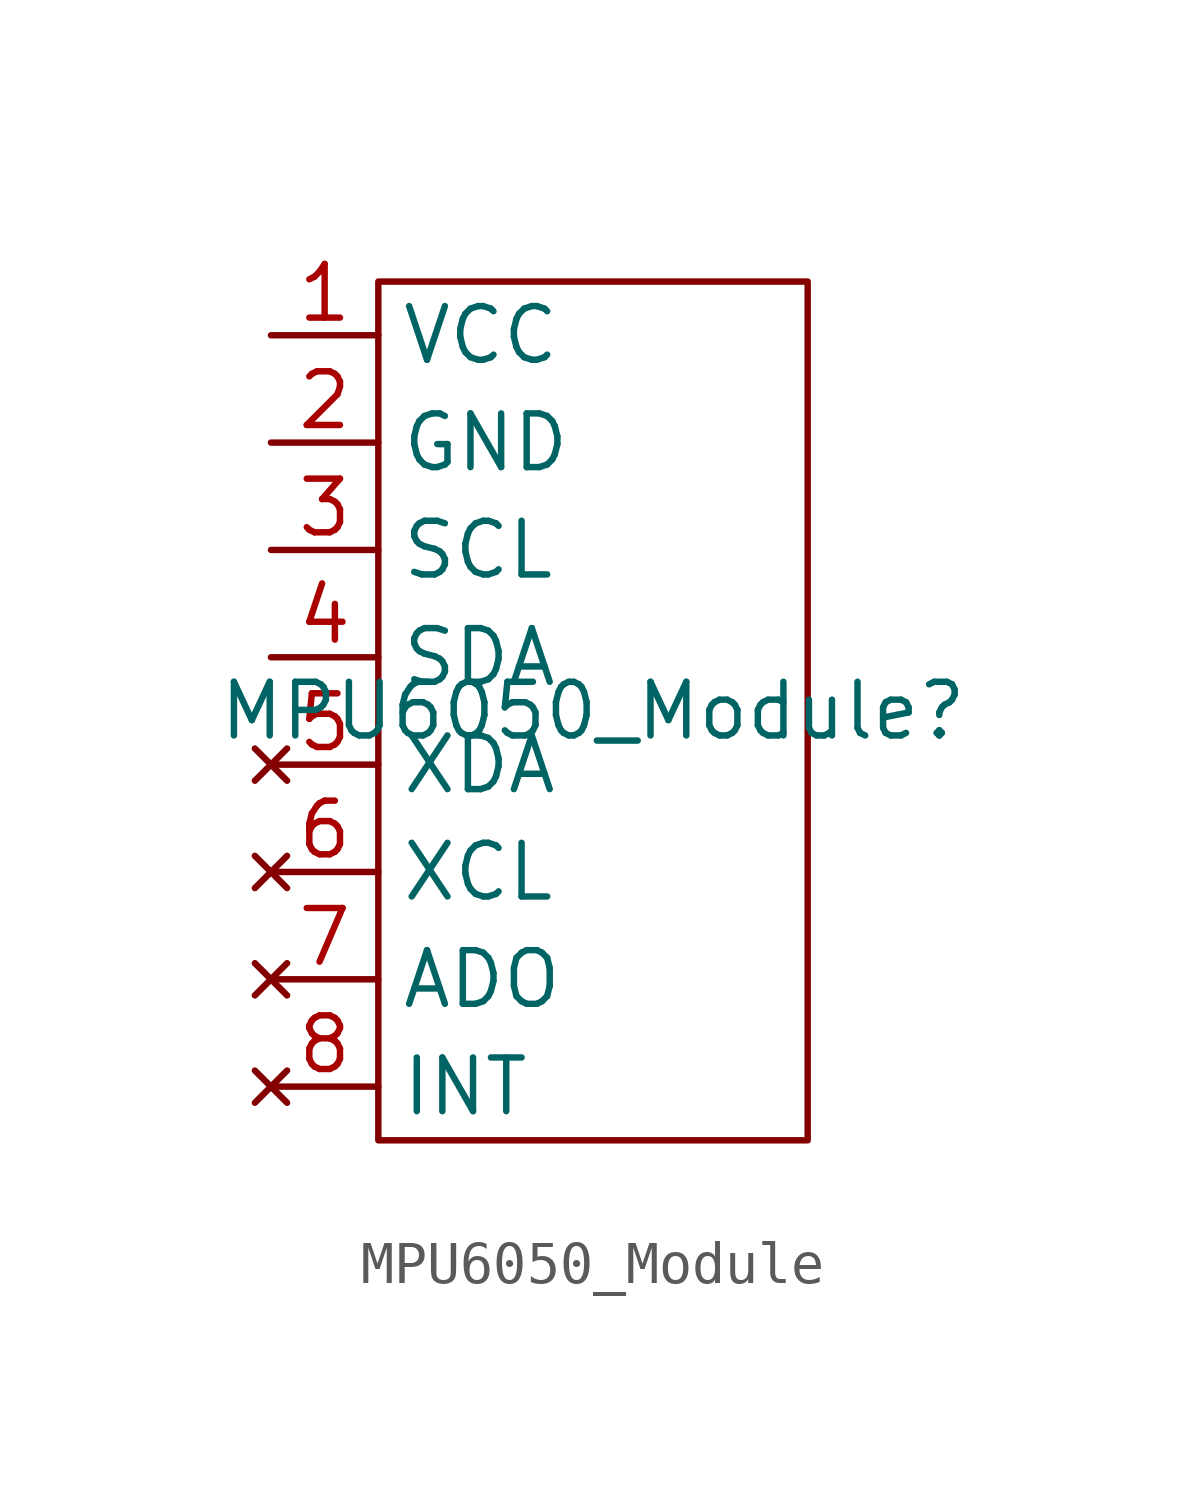
<source format=kicad_sym>
(kicad_symbol_lib
  (version 20231120)
  (generator "kicad_symbol_editor")
  (generator_version "8.0")
  (symbol "MPU6050_Module"
    (property "Reference" "MPU6050_Module"
      (at 0 0 0)
      (effects (font (size 1.27 1.27))))
    (property "Value" ""
      (at 0 3.81 0)
      (effects (font (size 1.27 1.27))))
    (symbol "MPU6050_Module_0_1"
      (rectangle (start -5.08 10.16) (end 5.08 -10.16) (stroke (width 0) (type default)) (fill (type none))))
    (symbol "MPU6050_Module_1_1"
      (pin input line (at -7.62 8.89 0) (length 2.54) (name "VCC" (effects (font (size 1.27 1.27)))) (number "1" (effects (font (size 1.27 1.27)))))
      (pin input line (at -7.62 6.35 0) (length 2.54) (name "GND" (effects (font (size 1.27 1.27)))) (number "2" (effects (font (size 1.27 1.27)))))
      (pin input line (at -7.62 3.81 0) (length 2.54) (name "SCL" (effects (font (size 1.27 1.27)))) (number "3" (effects (font (size 1.27 1.27)))))
      (pin bidirectional line (at -7.62 1.27 0) (length 2.54) (name "SDA" (effects (font (size 1.27 1.27)))) (number "4" (effects (font (size 1.27 1.27)))))
      (pin no_connect line (at -7.62 -1.27 0) (length 2.54) (name "XDA" (effects (font (size 1.27 1.27)))) (number "5" (effects (font (size 1.27 1.27)))))
      (pin no_connect line (at -7.62 -3.81 0) (length 2.54) (name "XCL" (effects (font (size 1.27 1.27)))) (number "6" (effects (font (size 1.27 1.27)))))
      (pin no_connect line (at -7.62 -6.35 0) (length 2.54) (name "ADO" (effects (font (size 1.27 1.27)))) (number "7" (effects (font (size 1.27 1.27)))))
      (pin no_connect line (at -7.62 -8.89 0) (length 2.54) (name "INT" (effects (font (size 1.27 1.27)))) (number "8" (effects (font (size 1.27 1.27))))))))
</source>
